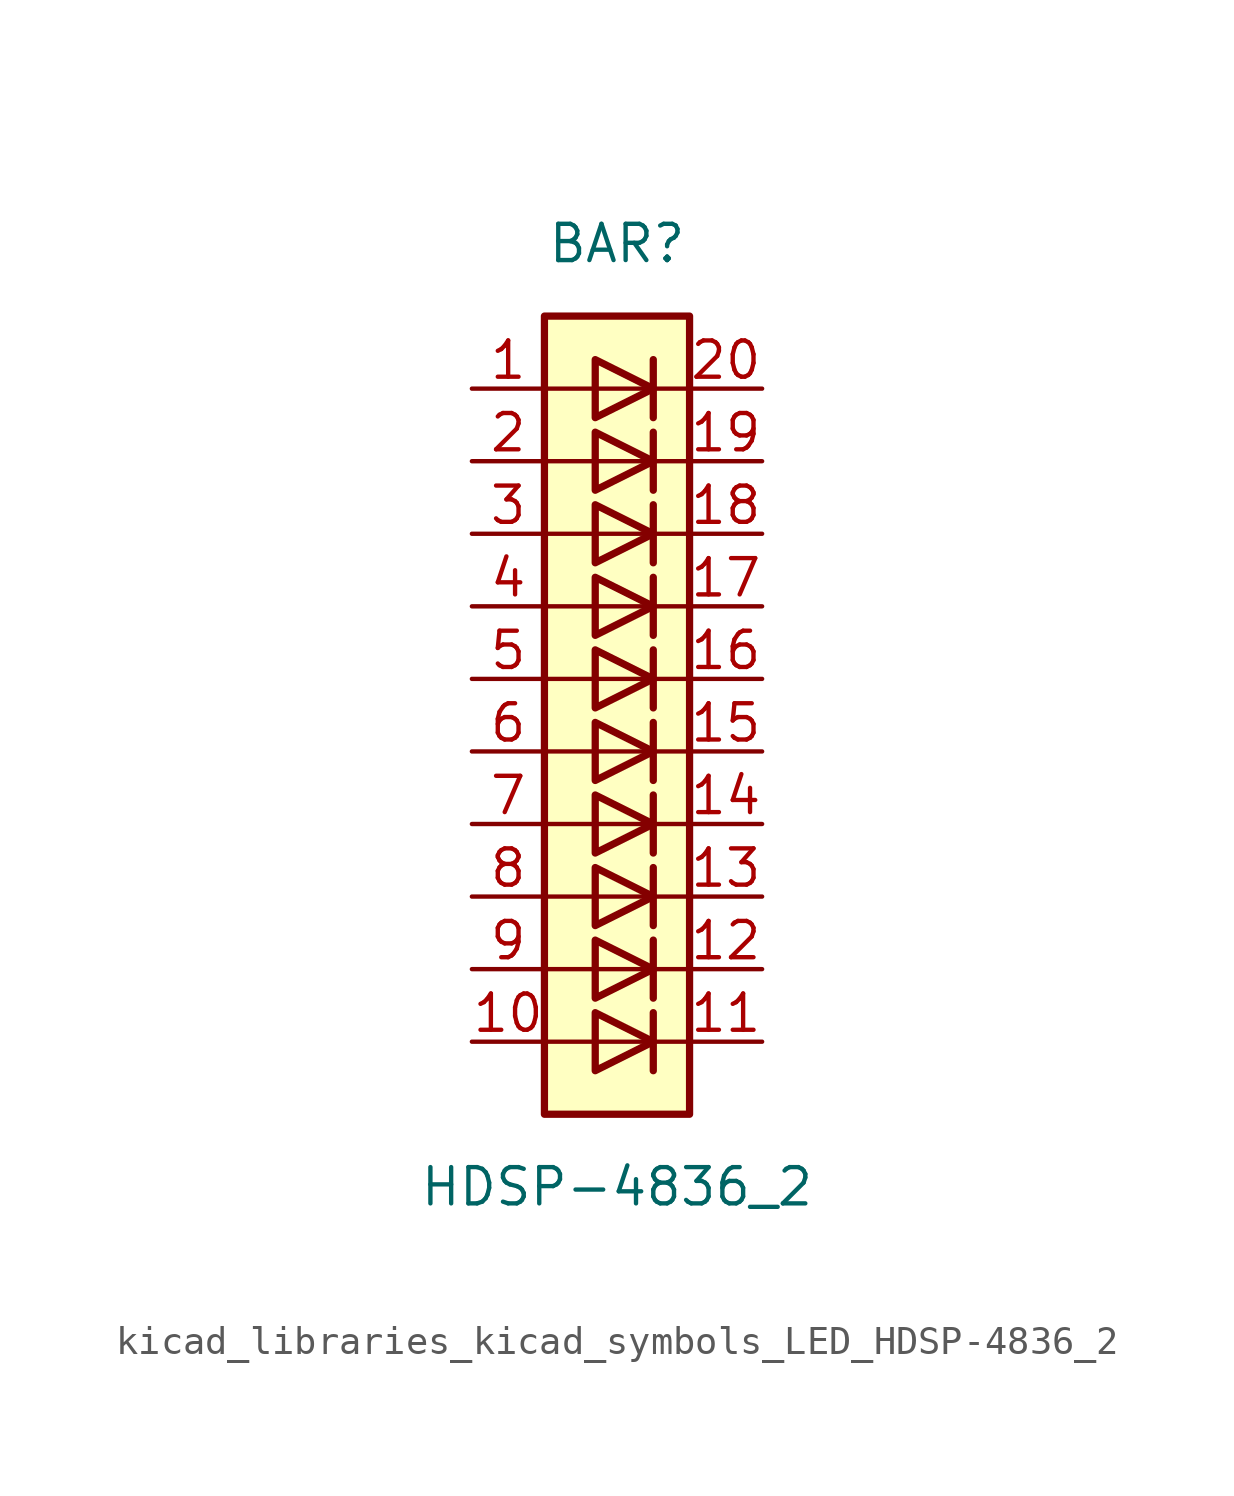
<source format=kicad_sym>
(kicad_symbol_lib
  (version 20220914)
  (generator kicad_symbol_editor)
  (symbol "kicad_libraries_kicad_symbols_LED_HDSP-4836_2"
    (pin_names
      (offset 1.016) hide)
    (property "Reference" "BAR"
      (at 0 15.24 0)
      (effects (font (size 1.27 1.27))))
    (property "Value" "HDSP-4836_2"
      (at 0 -17.78 0)
      (effects (font (size 1.27 1.27))))
    (symbol "kicad_libraries_kicad_symbols_LED_HDSP-4836_2_0_1"
      (rectangle (start -2.54 12.7) (end 2.54 -15.24) (stroke (width 0.254) (type default)) (fill (type background)))
      (polyline (pts (xy -2.54 -12.7) (xy 2.54 -12.7)) (stroke (width 0) (type default)) (fill (type none)))
      (polyline (pts (xy -2.54 -10.16) (xy 2.54 -10.16)) (stroke (width 0) (type default)) (fill (type none)))
      (polyline (pts (xy -2.54 -7.62) (xy 2.54 -7.62)) (stroke (width 0) (type default)) (fill (type none)))
      (polyline (pts (xy -2.54 -5.08) (xy 2.54 -5.08)) (stroke (width 0) (type default)) (fill (type none)))
      (polyline (pts (xy -2.54 0) (xy 2.54 0)) (stroke (width 0) (type default)) (fill (type none)))
      (polyline (pts (xy -2.54 5.08) (xy 2.54 5.08)) (stroke (width 0) (type default)) (fill (type none)))
      (polyline (pts (xy -2.54 7.62) (xy 2.54 7.62)) (stroke (width 0) (type default)) (fill (type none)))
      (polyline (pts (xy -2.54 10.16) (xy 2.54 10.16)) (stroke (width 0) (type default)) (fill (type none)))
      (polyline (pts (xy 1.27 -11.684) (xy 1.27 -13.716)) (stroke (width 0.254) (type default)) (fill (type none)))
      (polyline (pts (xy 1.27 -9.144) (xy 1.27 -11.176)) (stroke (width 0.254) (type default)) (fill (type none)))
      (polyline (pts (xy 1.27 -6.604) (xy 1.27 -8.636)) (stroke (width 0.254) (type default)) (fill (type none)))
      (polyline (pts (xy 1.27 -4.064) (xy 1.27 -6.096)) (stroke (width 0.254) (type default)) (fill (type none)))
      (polyline (pts (xy 1.27 -1.524) (xy 1.27 -3.556)) (stroke (width 0.254) (type default)) (fill (type none)))
      (polyline (pts (xy 1.27 1.016) (xy 1.27 -1.016)) (stroke (width 0.254) (type default)) (fill (type none)))
      (polyline (pts (xy 1.27 3.556) (xy 1.27 1.524)) (stroke (width 0.254) (type default)) (fill (type none)))
      (polyline (pts (xy 1.27 6.096) (xy 1.27 4.064)) (stroke (width 0.254) (type default)) (fill (type none)))
      (polyline (pts (xy 1.27 8.636) (xy 1.27 6.604)) (stroke (width 0.254) (type default)) (fill (type none)))
      (polyline (pts (xy 1.27 11.176) (xy 1.27 9.144)) (stroke (width 0.254) (type default)) (fill (type none)))
      (polyline (pts (xy 2.54 -2.54) (xy -2.54 -2.54)) (stroke (width 0) (type default)) (fill (type none)))
      (polyline (pts (xy 2.54 2.54) (xy -2.54 2.54)) (stroke (width 0) (type default)) (fill (type none)))
      (polyline (pts (xy -0.762 -11.684) (xy -0.762 -13.716) (xy 1.27 -12.7) (xy -0.762 -11.684)) (stroke (width 0.254) (type default)) (fill (type none)))
      (polyline (pts (xy -0.762 -9.144) (xy -0.762 -11.176) (xy 1.27 -10.16) (xy -0.762 -9.144)) (stroke (width 0.254) (type default)) (fill (type none)))
      (polyline (pts (xy -0.762 -6.604) (xy -0.762 -8.636) (xy 1.27 -7.62) (xy -0.762 -6.604)) (stroke (width 0.254) (type default)) (fill (type none)))
      (polyline (pts (xy -0.762 -4.064) (xy -0.762 -6.096) (xy 1.27 -5.08) (xy -0.762 -4.064)) (stroke (width 0.254) (type default)) (fill (type none)))
      (polyline (pts (xy -0.762 -1.524) (xy -0.762 -3.556) (xy 1.27 -2.54) (xy -0.762 -1.524)) (stroke (width 0.254) (type default)) (fill (type none)))
      (polyline (pts (xy -0.762 1.016) (xy -0.762 -1.016) (xy 1.27 0) (xy -0.762 1.016)) (stroke (width 0.254) (type default)) (fill (type none)))
      (polyline (pts (xy -0.762 3.556) (xy -0.762 1.524) (xy 1.27 2.54) (xy -0.762 3.556)) (stroke (width 0.254) (type default)) (fill (type none)))
      (polyline (pts (xy -0.762 6.096) (xy -0.762 4.064) (xy 1.27 5.08) (xy -0.762 6.096)) (stroke (width 0.254) (type default)) (fill (type none)))
      (polyline (pts (xy -0.762 8.636) (xy -0.762 6.604) (xy 1.27 7.62) (xy -0.762 8.636)) (stroke (width 0.254) (type default)) (fill (type none)))
      (polyline (pts (xy -0.762 11.176) (xy -0.762 9.144) (xy 1.27 10.16) (xy -0.762 11.176)) (stroke (width 0.254) (type default)) (fill (type none))))
    (symbol "kicad_libraries_kicad_symbols_LED_HDSP-4836_2_1_1"
      (pin passive line (at -5.08 10.16 0) (length 2.54) (name "A" (effects (font (size 1.27 1.27)))) (number "1" (effects (font (size 1.27 1.27)))))
      (pin passive line (at -5.08 -12.7 0) (length 2.54) (name "A" (effects (font (size 1.27 1.27)))) (number "10" (effects (font (size 1.27 1.27)))))
      (pin passive line (at 5.08 -12.7 180) (length 2.54) (name "K" (effects (font (size 1.27 1.27)))) (number "11" (effects (font (size 1.27 1.27)))))
      (pin passive line (at 5.08 -10.16 180) (length 2.54) (name "K" (effects (font (size 1.27 1.27)))) (number "12" (effects (font (size 1.27 1.27)))))
      (pin passive line (at 5.08 -7.62 180) (length 2.54) (name "K" (effects (font (size 1.27 1.27)))) (number "13" (effects (font (size 1.27 1.27)))))
      (pin passive line (at 5.08 -5.08 180) (length 2.54) (name "K" (effects (font (size 1.27 1.27)))) (number "14" (effects (font (size 1.27 1.27)))))
      (pin passive line (at 5.08 -2.54 180) (length 2.54) (name "K" (effects (font (size 1.27 1.27)))) (number "15" (effects (font (size 1.27 1.27)))))
      (pin passive line (at 5.08 0 180) (length 2.54) (name "K" (effects (font (size 1.27 1.27)))) (number "16" (effects (font (size 1.27 1.27)))))
      (pin passive line (at 5.08 2.54 180) (length 2.54) (name "K" (effects (font (size 1.27 1.27)))) (number "17" (effects (font (size 1.27 1.27)))))
      (pin passive line (at 5.08 5.08 180) (length 2.54) (name "K" (effects (font (size 1.27 1.27)))) (number "18" (effects (font (size 1.27 1.27)))))
      (pin passive line (at 5.08 7.62 180) (length 2.54) (name "K" (effects (font (size 1.27 1.27)))) (number "19" (effects (font (size 1.27 1.27)))))
      (pin passive line (at -5.08 7.62 0) (length 2.54) (name "A" (effects (font (size 1.27 1.27)))) (number "2" (effects (font (size 1.27 1.27)))))
      (pin passive line (at 5.08 10.16 180) (length 2.54) (name "K" (effects (font (size 1.27 1.27)))) (number "20" (effects (font (size 1.27 1.27)))))
      (pin passive line (at -5.08 5.08 0) (length 2.54) (name "A" (effects (font (size 1.27 1.27)))) (number "3" (effects (font (size 1.27 1.27)))))
      (pin passive line (at -5.08 2.54 0) (length 2.54) (name "A" (effects (font (size 1.27 1.27)))) (number "4" (effects (font (size 1.27 1.27)))))
      (pin passive line (at -5.08 0 0) (length 2.54) (name "A" (effects (font (size 1.27 1.27)))) (number "5" (effects (font (size 1.27 1.27)))))
      (pin passive line (at -5.08 -2.54 0) (length 2.54) (name "A" (effects (font (size 1.27 1.27)))) (number "6" (effects (font (size 1.27 1.27)))))
      (pin passive line (at -5.08 -5.08 0) (length 2.54) (name "A" (effects (font (size 1.27 1.27)))) (number "7" (effects (font (size 1.27 1.27)))))
      (pin passive line (at -5.08 -7.62 0) (length 2.54) (name "A" (effects (font (size 1.27 1.27)))) (number "8" (effects (font (size 1.27 1.27)))))
      (pin passive line (at -5.08 -10.16 0) (length 2.54) (name "A" (effects (font (size 1.27 1.27)))) (number "9" (effects (font (size 1.27 1.27))))))))
</source>
